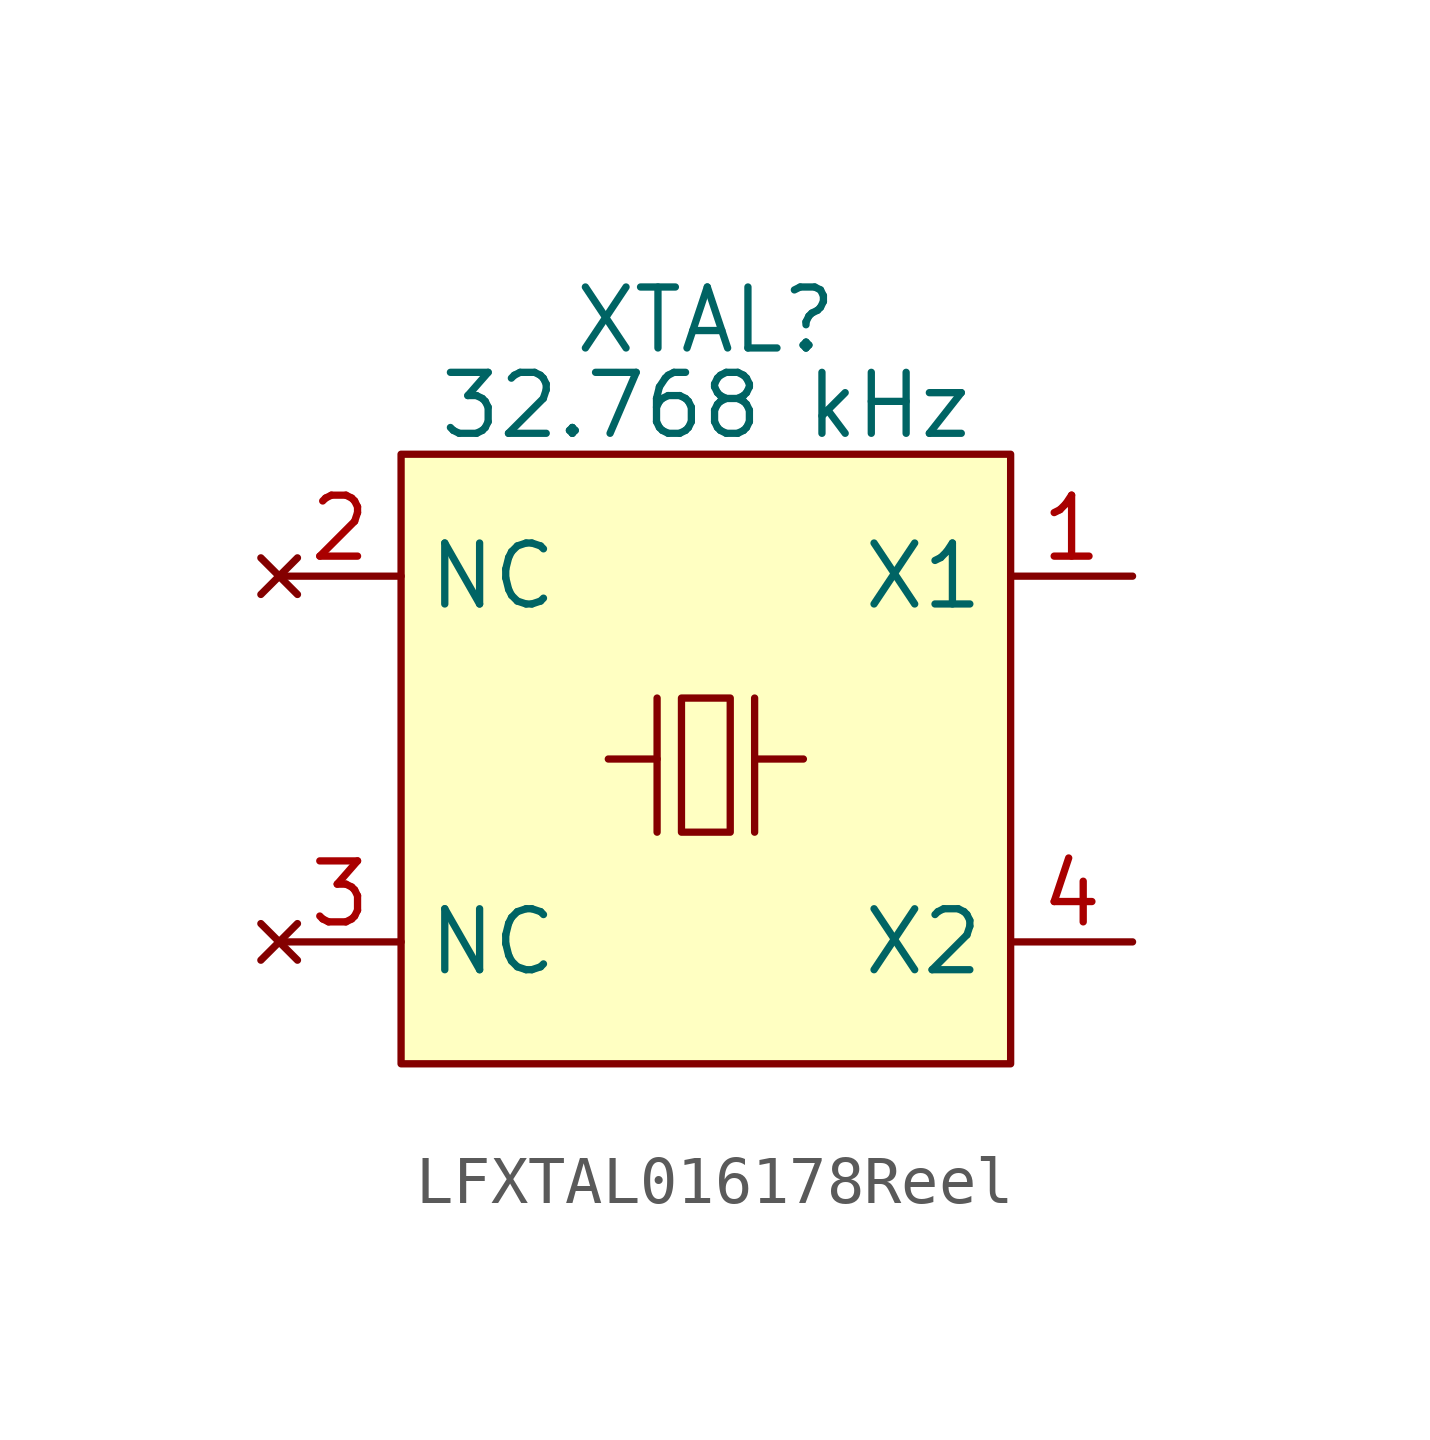
<source format=kicad_sym>
(kicad_symbol_lib
  (version 20220914)
  (generator kicad_symbol_editor)
  (symbol "LFXTAL016178Reel"
    (property "Reference" "XTAL"
      (at 0 9.144 0)
      (effects (font (size 1.27 1.27))))
    (property "Value" "32.768 kHz"
      (at 0 7.366 0)
      (effects (font (size 1.27 1.27))))
    (symbol "LFXTAL016178Reel_1_1"
      (rectangle (start -6.35 6.35) (end 6.35 -6.35) (stroke (width 0) (type default)) (fill (type background)))
      (polyline (pts (xy -1.016 0) (xy -2.032 0)) (stroke (width 0) (type default)) (fill (type none)))
      (polyline (pts (xy -1.016 1.27) (xy -1.016 -1.524)) (stroke (width 0) (type default)) (fill (type none)))
      (polyline (pts (xy 1.016 0) (xy 2.032 0)) (stroke (width 0) (type default)) (fill (type none)))
      (polyline (pts (xy 1.016 1.27) (xy 1.016 -1.524)) (stroke (width 0) (type default)) (fill (type none)))
      (polyline (pts (xy -0.508 1.27) (xy 0.508 1.27) (xy 0.508 -1.524) (xy -0.508 -1.524) (xy -0.508 1.27)) (stroke (width 0) (type default)) (fill (type none)))
      (pin input line (at 8.89 3.81 180) (length 2.54) (name "X1" (effects (font (size 1.27 1.27)))) (number "1" (effects (font (size 1.27 1.27)))))
      (pin no_connect line (at -8.89 3.81 0) (length 2.54) (name "NC" (effects (font (size 1.27 1.27)))) (number "2" (effects (font (size 1.27 1.27)))))
      (pin no_connect line (at -8.89 -3.81 0) (length 2.54) (name "NC" (effects (font (size 1.27 1.27)))) (number "3" (effects (font (size 1.27 1.27)))))
      (pin input line (at 8.89 -3.81 180) (length 2.54) (name "X2" (effects (font (size 1.27 1.27)))) (number "4" (effects (font (size 1.27 1.27))))))))
</source>
